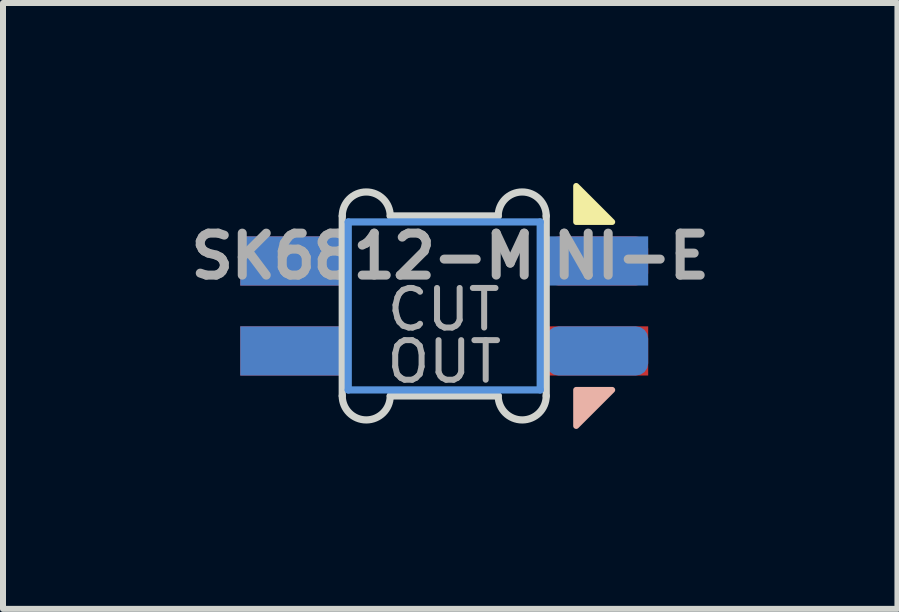
<source format=kicad_pcb>
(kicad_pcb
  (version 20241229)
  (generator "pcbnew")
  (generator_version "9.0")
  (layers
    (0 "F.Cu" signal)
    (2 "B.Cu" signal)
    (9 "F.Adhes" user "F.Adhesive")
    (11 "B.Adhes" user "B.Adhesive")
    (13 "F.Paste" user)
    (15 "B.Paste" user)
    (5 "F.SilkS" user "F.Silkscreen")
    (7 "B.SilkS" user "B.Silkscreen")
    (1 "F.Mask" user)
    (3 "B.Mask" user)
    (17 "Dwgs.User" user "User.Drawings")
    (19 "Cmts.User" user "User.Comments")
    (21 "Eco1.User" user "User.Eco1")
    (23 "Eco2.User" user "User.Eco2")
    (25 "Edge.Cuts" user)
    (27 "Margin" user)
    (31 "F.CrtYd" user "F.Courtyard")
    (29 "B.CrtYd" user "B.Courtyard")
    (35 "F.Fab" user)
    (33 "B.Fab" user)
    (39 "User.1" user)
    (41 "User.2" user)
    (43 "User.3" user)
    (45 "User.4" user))
  (footprint "SK6812-MINI-E"
    (layer "F.Cu")
    (at 4.355 2.05)
    (property "Reference" "SK6812-MINI-E" (at 0.1 -0.83 0) (unlocked yes) (layer "F.Fab") (effects (font (size 0.7 0.7) (thickness 0.15))))
    (attr through_hole)
    (fp_poly (pts (xy 2.8 -1.4) (xy 2.2 -1.4) (xy 2.2 -2)) (stroke (width 0.1) (type solid)) (fill yes) (layer "F.SilkS"))
    (fp_poly (pts (xy 2.2 2) (xy 2.2 1.4) (xy 2.8 1.4)) (stroke (width 0.1) (type solid)) (fill yes) (layer "B.SilkS"))
    (fp_line (start -1.6 -1.4) (end 1.6 -1.4) (stroke (width 0.12) (type solid)) (layer "Cmts.User"))
    (fp_line (start -1.6 1.4) (end -1.6 -1.4) (stroke (width 0.12) (type solid)) (layer "Cmts.User"))
    (fp_line (start 1.6 -1.4) (end 1.6 1.4) (stroke (width 0.12) (type solid)) (layer "Cmts.User"))
    (fp_line (start 1.6 1.4) (end -1.6 1.4) (stroke (width 0.12) (type solid)) (layer "Cmts.User"))
    (fp_line (start -1.7 1.5) (end -1.7 -1.5) (stroke (width 0.12) (type solid)) (layer "Edge.Cuts"))
    (fp_line (start -0.9 -1.5) (end 0.9 -1.5) (stroke (width 0.12) (type solid)) (layer "Edge.Cuts"))
    (fp_line (start 0.9 1.5) (end -0.9 1.5) (stroke (width 0.12) (type solid)) (layer "Edge.Cuts"))
    (fp_line (start 1.7 -1.5) (end 1.7 1.5) (stroke (width 0.12) (type solid)) (layer "Edge.Cuts"))
    (fp_arc (start -1.7 -1.5) (mid -1.3 -1.9) (end -0.9 -1.5) (stroke (width 0.12) (type solid)) (layer "Edge.Cuts"))
    (fp_arc (start -0.9 1.5) (mid -1.3 1.9) (end -1.7 1.5) (stroke (width 0.12) (type solid)) (layer "Edge.Cuts"))
    (fp_arc (start 0.9 -1.5) (mid 1.3 -1.9) (end 1.7 -1.5) (stroke (width 0.12) (type solid)) (layer "Edge.Cuts"))
    (fp_arc (start 1.7 1.5) (mid 1.3 1.9) (end 0.9 1.5) (stroke (width 0.12) (type solid)) (layer "Edge.Cuts"))
    (fp_text user "OUT" (at 0 0.93 0) (layer "F.Fab") (effects (font (size 0.66 0.66) (thickness 0.1))))
    (fp_text user "CUT" (at -0.01 0.06 0) (layer "F.Fab") (effects (font (size 0.66 0.66) (thickness 0.1))))
    (pad "1" smd rect (at -2.55 -0.75) (size 1.7 0.82) (layers "B.Cu" "B.Mask" "B.Paste"))
    (pad "1" smd rect (at -2.55 0.75) (size 1.7 0.82) (layers "F.Cu" "F.Mask" "F.Paste"))
    (pad "2" smd rect (at -2.55 -0.75) (size 1.7 0.82) (layers "F.Cu" "F.Mask" "F.Paste"))
    (pad "2" smd rect (at -2.55 0.75) (size 1.7 0.82) (layers "B.Cu" "B.Mask" "B.Paste"))
    (pad "3" smd roundrect (at 2.55 -0.75) (size 1.7 0.82) (layers "F.Cu" "F.Mask" "F.Paste") (roundrect_rratio 0.25))
    (pad "3" smd roundrect (at 2.55 0.75) (size 1.7 0.82) (layers "B.Cu" "B.Mask" "B.Paste") (roundrect_rratio 0.25))
    (pad "4" smd rect (at 2.55 -0.75) (size 1.7 0.82) (layers "B.Cu" "B.Mask" "B.Paste"))
    (pad "4" smd rect (at 2.55 0.75) (size 1.7 0.82) (layers "F.Cu" "F.Mask" "F.Paste")))
  (gr_rect
    (start -3 -3)
    (end 11.91 7.1)
    (stroke (width 0.1) (type default))
    (fill no)
    (layer "Edge.Cuts")))
</source>
